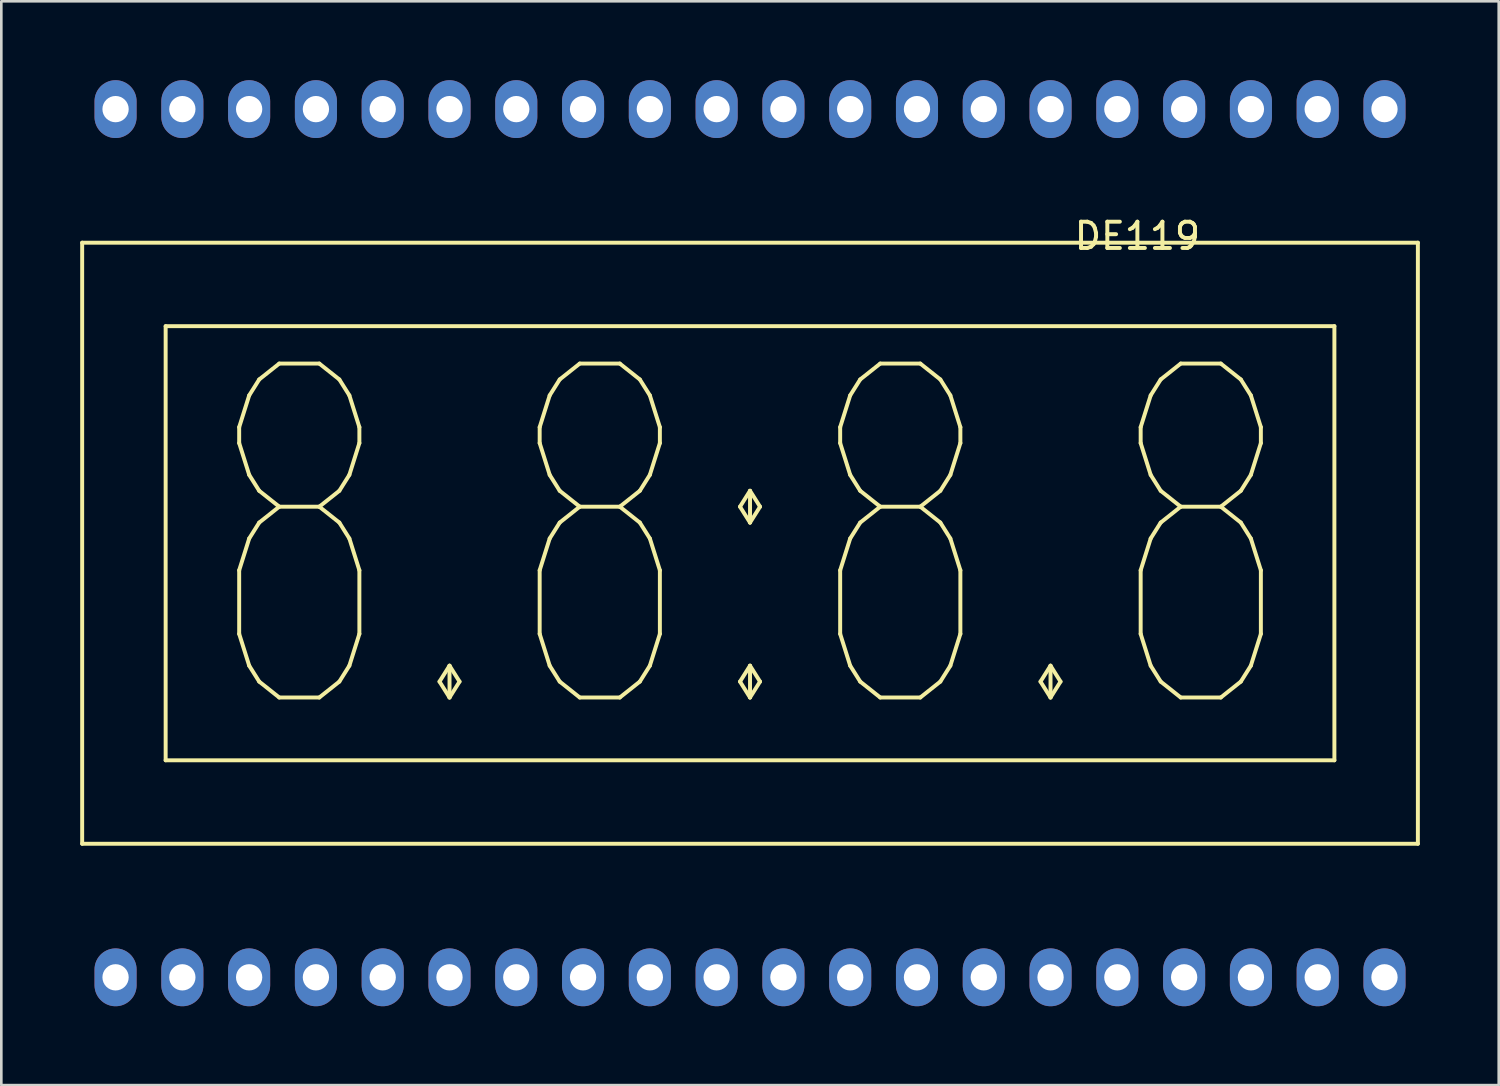
<source format=kicad_pcb>
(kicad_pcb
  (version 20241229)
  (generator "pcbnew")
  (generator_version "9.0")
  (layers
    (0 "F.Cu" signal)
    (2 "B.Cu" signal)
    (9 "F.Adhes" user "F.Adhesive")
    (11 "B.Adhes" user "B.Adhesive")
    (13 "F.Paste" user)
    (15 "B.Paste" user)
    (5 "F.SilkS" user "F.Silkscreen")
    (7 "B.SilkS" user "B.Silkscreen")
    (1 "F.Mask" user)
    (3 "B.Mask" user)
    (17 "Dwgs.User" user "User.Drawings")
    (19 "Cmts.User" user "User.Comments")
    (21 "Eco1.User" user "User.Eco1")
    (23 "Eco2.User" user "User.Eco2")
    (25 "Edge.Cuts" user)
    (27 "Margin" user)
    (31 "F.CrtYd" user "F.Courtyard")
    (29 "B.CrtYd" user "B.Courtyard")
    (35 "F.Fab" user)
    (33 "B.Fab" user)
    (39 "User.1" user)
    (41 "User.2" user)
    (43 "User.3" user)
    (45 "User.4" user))
  (footprint "DE119"
    (layer "F.Cu")
    (at 25.475 17.61)
    (property "Reference" "DE119" (at 14.732 -11.684 0) (layer "F.SilkS") (effects (font (size 1 1) (thickness 0.15))))
    (attr through_hole)
    (fp_line (start -25.4 -11.43) (end -25.4 11.43) (stroke (width 0.15) (type solid)) (layer "F.SilkS"))
    (fp_line (start -25.4 -11.43) (end 25.4 -11.43) (stroke (width 0.15) (type solid)) (layer "F.SilkS"))
    (fp_line (start -25.4 11.43) (end 25.4 11.43) (stroke (width 0.15) (type solid)) (layer "F.SilkS"))
    (fp_line (start -22.225 -8.255) (end -22.225 8.255) (stroke (width 0.15) (type solid)) (layer "F.SilkS"))
    (fp_line (start -22.225 -8.255) (end 22.225 -8.255) (stroke (width 0.15) (type solid)) (layer "F.SilkS"))
    (fp_line (start -22.225 8.255) (end 22.225 8.255) (stroke (width 0.15) (type solid)) (layer "F.SilkS"))
    (fp_line (start 22.225 -8.255) (end 22.225 8.255) (stroke (width 0.15) (type solid)) (layer "F.SilkS"))
    (fp_line (start 25.4 -11.43) (end 25.4 11.43) (stroke (width 0.15) (type solid)) (layer "F.SilkS"))
    (fp_text user "8.8:8.8" (at 0 0 0) (layer "F.SilkS") (effects (font (size 12.7 8) (thickness 0.15))))
    (pad "1" thru_hole oval (at -24.13 16.51) (size 1.6 2.2) (drill 1) (layers "*.Cu" "*.Mask"))
    (pad "2" thru_hole oval (at -21.59 16.51) (size 1.6 2.2) (drill 1) (layers "*.Cu" "*.Mask"))
    (pad "3" thru_hole oval (at -19.05 16.51) (size 1.6 2.2) (drill 1) (layers "*.Cu" "*.Mask"))
    (pad "4" thru_hole oval (at -16.51 16.51) (size 1.6 2.2) (drill 1) (layers "*.Cu" "*.Mask"))
    (pad "5" thru_hole oval (at -13.97 16.51) (size 1.6 2.2) (drill 1) (layers "*.Cu" "*.Mask"))
    (pad "6" thru_hole oval (at -11.43 16.51) (size 1.6 2.2) (drill 1) (layers "*.Cu" "*.Mask"))
    (pad "7" thru_hole oval (at -8.89 16.51) (size 1.6 2.2) (drill 1) (layers "*.Cu" "*.Mask"))
    (pad "8" thru_hole oval (at -6.35 16.51) (size 1.6 2.2) (drill 1) (layers "*.Cu" "*.Mask"))
    (pad "9" thru_hole oval (at -3.81 16.51) (size 1.6 2.2) (drill 1) (layers "*.Cu" "*.Mask"))
    (pad "10" thru_hole oval (at -1.27 16.51) (size 1.6 2.2) (drill 1) (layers "*.Cu" "*.Mask"))
    (pad "11" thru_hole oval (at 1.27 16.51) (size 1.6 2.2) (drill 1) (layers "*.Cu" "*.Mask"))
    (pad "12" thru_hole oval (at 3.81 16.51) (size 1.6 2.2) (drill 1) (layers "*.Cu" "*.Mask"))
    (pad "13" thru_hole oval (at 6.35 16.51) (size 1.6 2.2) (drill 1) (layers "*.Cu" "*.Mask"))
    (pad "14" thru_hole oval (at 8.89 16.51) (size 1.6 2.2) (drill 1) (layers "*.Cu" "*.Mask"))
    (pad "15" thru_hole oval (at 11.43 16.51) (size 1.6 2.2) (drill 1) (layers "*.Cu" "*.Mask"))
    (pad "16" thru_hole oval (at 13.97 16.51) (size 1.6 2.2) (drill 1) (layers "*.Cu" "*.Mask"))
    (pad "17" thru_hole oval (at 16.51 16.51) (size 1.6 2.2) (drill 1) (layers "*.Cu" "*.Mask"))
    (pad "18" thru_hole oval (at 19.05 16.51) (size 1.6 2.2) (drill 1) (layers "*.Cu" "*.Mask"))
    (pad "19" thru_hole oval (at 21.59 16.51) (size 1.6 2.2) (drill 1) (layers "*.Cu" "*.Mask"))
    (pad "20" thru_hole oval (at 24.13 16.51) (size 1.6 2.2) (drill 1) (layers "*.Cu" "*.Mask"))
    (pad "21" thru_hole oval (at 24.13 -16.51) (size 1.6 2.2) (drill 1) (layers "*.Cu" "*.Mask"))
    (pad "22" thru_hole oval (at 21.59 -16.51) (size 1.6 2.2) (drill 1) (layers "*.Cu" "*.Mask"))
    (pad "23" thru_hole oval (at 19.05 -16.51) (size 1.6 2.2) (drill 1) (layers "*.Cu" "*.Mask"))
    (pad "24" thru_hole oval (at 16.51 -16.51) (size 1.6 2.2) (drill 1) (layers "*.Cu" "*.Mask"))
    (pad "25" thru_hole oval (at 13.97 -16.51) (size 1.6 2.2) (drill 1) (layers "*.Cu" "*.Mask"))
    (pad "26" thru_hole oval (at 11.43 -16.51) (size 1.6 2.2) (drill 1) (layers "*.Cu" "*.Mask"))
    (pad "27" thru_hole oval (at 8.89 -16.51) (size 1.6 2.2) (drill 1) (layers "*.Cu" "*.Mask"))
    (pad "28" thru_hole oval (at 6.35 -16.51) (size 1.6 2.2) (drill 1) (layers "*.Cu" "*.Mask"))
    (pad "29" thru_hole oval (at 3.81 -16.51) (size 1.6 2.2) (drill 1) (layers "*.Cu" "*.Mask"))
    (pad "30" thru_hole oval (at 1.27 -16.51) (size 1.6 2.2) (drill 1) (layers "*.Cu" "*.Mask"))
    (pad "31" thru_hole oval (at -1.27 -16.51) (size 1.6 2.2) (drill 1) (layers "*.Cu" "*.Mask"))
    (pad "32" thru_hole oval (at -3.81 -16.51) (size 1.6 2.2) (drill 1) (layers "*.Cu" "*.Mask"))
    (pad "33" thru_hole oval (at -6.35 -16.51) (size 1.6 2.2) (drill 1) (layers "*.Cu" "*.Mask"))
    (pad "34" thru_hole oval (at -8.89 -16.51) (size 1.6 2.2) (drill 1) (layers "*.Cu" "*.Mask"))
    (pad "35" thru_hole oval (at -11.43 -16.51) (size 1.6 2.2) (drill 1) (layers "*.Cu" "*.Mask"))
    (pad "36" thru_hole oval (at -13.97 -16.51) (size 1.6 2.2) (drill 1) (layers "*.Cu" "*.Mask"))
    (pad "37" thru_hole oval (at -16.51 -16.51) (size 1.6 2.2) (drill 1) (layers "*.Cu" "*.Mask"))
    (pad "38" thru_hole oval (at -19.05 -16.51) (size 1.6 2.2) (drill 1) (layers "*.Cu" "*.Mask"))
    (pad "39" thru_hole oval (at -21.59 -16.51) (size 1.6 2.2) (drill 1) (layers "*.Cu" "*.Mask"))
    (pad "40" thru_hole oval (at -24.13 -16.51) (size 1.6 2.2) (drill 1) (layers "*.Cu" "*.Mask")))
  (gr_rect
    (start -3 -3)
    (end 53.95 38.22)
    (stroke (width 0.1) (type default))
    (fill no)
    (layer "Edge.Cuts")))
</source>
